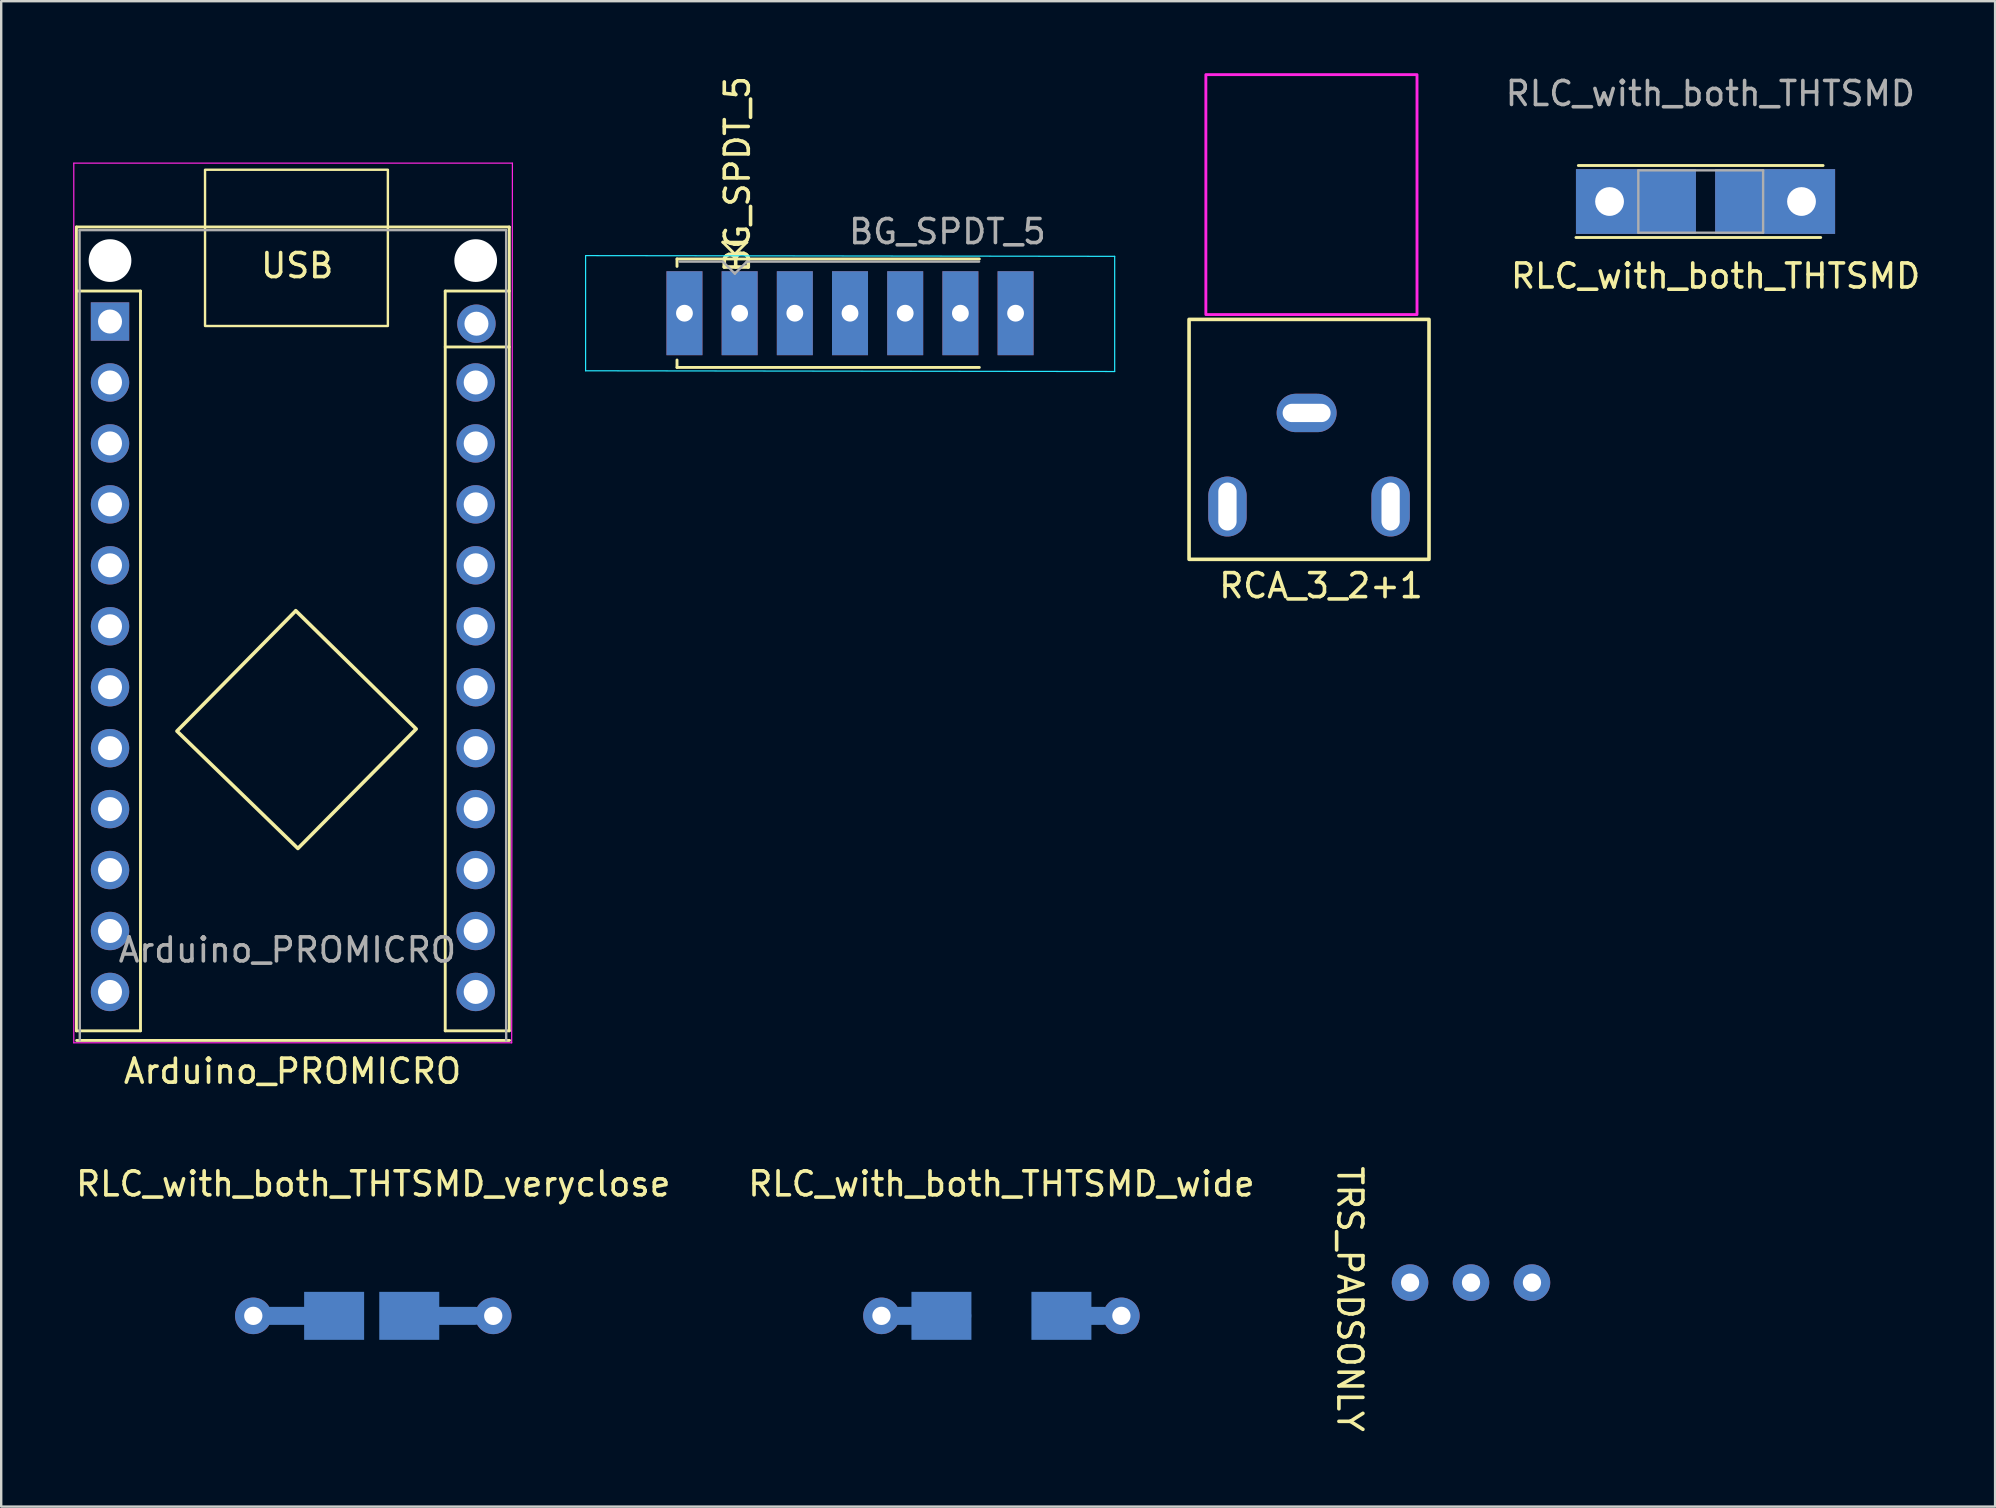
<source format=kicad_pcb>
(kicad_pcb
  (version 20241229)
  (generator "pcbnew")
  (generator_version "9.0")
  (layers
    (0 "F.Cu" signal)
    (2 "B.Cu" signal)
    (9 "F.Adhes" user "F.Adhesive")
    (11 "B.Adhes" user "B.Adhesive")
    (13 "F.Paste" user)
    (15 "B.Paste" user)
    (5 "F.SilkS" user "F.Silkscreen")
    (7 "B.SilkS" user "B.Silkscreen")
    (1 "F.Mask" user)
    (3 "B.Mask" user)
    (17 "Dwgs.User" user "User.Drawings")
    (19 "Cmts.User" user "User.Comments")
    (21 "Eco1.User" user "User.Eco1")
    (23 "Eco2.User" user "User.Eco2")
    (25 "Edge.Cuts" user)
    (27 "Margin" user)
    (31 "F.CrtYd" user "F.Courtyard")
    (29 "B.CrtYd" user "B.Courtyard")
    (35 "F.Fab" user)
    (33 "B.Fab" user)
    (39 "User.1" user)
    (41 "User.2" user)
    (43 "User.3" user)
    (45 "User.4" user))
  (footprint "Arduino_PROMICRO"
    (layer "F.Cu")
    (at 1.555 0.25)
    (property "Reference" "Arduino_PROMICRO" (at 7.585 41.343 0) (layer "F.SilkS") (effects (font (size 1 1) (thickness 0.15))))
    (attr through_hole)
    (fp_line (start -1.42 6.16) (end -1.42 39.66) (stroke (width 0.12) (type solid)) (layer "F.SilkS"))
    (fp_line (start -1.41 40.06) (end 16.63 40.06) (stroke (width 0.12) (type solid)) (layer "F.SilkS"))
    (fp_line (start 1.25 8.83) (end -1.42 8.83) (stroke (width 0.12) (type solid)) (layer "F.SilkS"))
    (fp_line (start 1.25 39.66) (end -1.42 39.66) (stroke (width 0.12) (type solid)) (layer "F.SilkS"))
    (fp_line (start 1.25 39.66) (end 1.25 8.83) (stroke (width 0.12) (type solid)) (layer "F.SilkS"))
    (fp_line (start 13.95 8.83) (end 16.62 8.83) (stroke (width 0.12) (type solid)) (layer "F.SilkS"))
    (fp_line (start 13.95 11.16) (end 16.62 11.16) (stroke (width 0.12) (type solid)) (layer "F.SilkS"))
    (fp_line (start 13.95 39.66) (end 13.95 8.83) (stroke (width 0.12) (type solid)) (layer "F.SilkS"))
    (fp_line (start 13.95 39.66) (end 16.62 39.66) (stroke (width 0.12) (type solid)) (layer "F.SilkS"))
    (fp_line (start 16.62 6.16) (end -1.42 6.16) (stroke (width 0.12) (type solid)) (layer "F.SilkS"))
    (fp_line (start 16.62 39.66) (end 16.62 6.16) (stroke (width 0.12) (type solid)) (layer "F.SilkS"))
    (fp_rect (start 11.56 10.285) (end 3.94 3.775) (stroke (width 0.1) (type default)) (fill no) (layer "F.SilkS"))
    (fp_poly (pts (xy 7.716 22.16) (xy 2.77 27.17) (xy 7.81 32.06) (xy 12.74 27.08) (xy 7.72 22.15)) (stroke (width 0.15) (type solid)) (fill no) (layer "F.SilkS"))
    (fp_line (start -1.53 3.5) (end -1.53 40.16) (stroke (width 0.05) (type solid)) (layer "F.CrtYd"))
    (fp_line (start -1.53 3.5) (end 16.75 3.5) (stroke (width 0.05) (type solid)) (layer "F.CrtYd"))
    (fp_line (start 16.72 40.16) (end -1.53 40.16) (stroke (width 0.05) (type solid)) (layer "F.CrtYd"))
    (fp_line (start 16.72 40.16) (end 16.75 3.5) (stroke (width 0.05) (type solid)) (layer "F.CrtYd"))
    (fp_line (start -1.29 6.29) (end 16.49 6.29) (stroke (width 0.1) (type solid)) (layer "F.Fab"))
    (fp_line (start -1.28 40.05) (end -1.29 6.29) (stroke (width 0.1) (type solid)) (layer "F.Fab"))
    (fp_line (start 16.49 6.29) (end 16.49 40.06) (stroke (width 0.1) (type solid)) (layer "F.Fab"))
    (fp_text user "USB" (at 7.78 7.77 180) (layer "F.SilkS") (effects (font (size 1 1) (thickness 0.15))))
    (fp_text user "${REFERENCE}" (at 7.37 36.29 0) (layer "F.Fab") (effects (font (size 1 1) (thickness 0.15))))
    (pad "" np_thru_hole circle (at -0.02 7.56 180) (size 1.78 1.78) (drill 1.78) (layers "*.Cu" "*.Mask"))
    (pad "" np_thru_hole circle (at 15.22 7.56 180) (size 1.78 1.78) (drill 1.78) (layers "*.Cu" "*.Mask"))
    (pad "1" thru_hole rect (at -0.02 10.1 180) (size 1.6 1.6) (drill 1) (layers "*.Cu" "*.Mask"))
    (pad "2" thru_hole oval (at -0.02 12.64 180) (size 1.6 1.6) (drill 1) (layers "*.Cu" "*.Mask"))
    (pad "3" thru_hole oval (at -0.02 15.18 180) (size 1.6 1.6) (drill 1) (layers "*.Cu" "*.Mask"))
    (pad "4" thru_hole oval (at -0.02 17.72 180) (size 1.6 1.6) (drill 1) (layers "*.Cu" "*.Mask"))
    (pad "5" thru_hole oval (at -0.02 20.26 180) (size 1.6 1.6) (drill 1) (layers "*.Cu" "*.Mask"))
    (pad "6" thru_hole oval (at -0.02 22.8 180) (size 1.6 1.6) (drill 1) (layers "*.Cu" "*.Mask"))
    (pad "7" thru_hole oval (at -0.02 25.34 180) (size 1.6 1.6) (drill 1) (layers "*.Cu" "*.Mask"))
    (pad "8" thru_hole oval (at -0.02 27.88 180) (size 1.6 1.6) (drill 1) (layers "*.Cu" "*.Mask"))
    (pad "9" thru_hole oval (at -0.02 30.42 180) (size 1.6 1.6) (drill 1) (layers "*.Cu" "*.Mask"))
    (pad "10" thru_hole oval (at -0.02 32.96 180) (size 1.6 1.6) (drill 1) (layers "*.Cu" "*.Mask"))
    (pad "11" thru_hole oval (at -0.02 35.5 180) (size 1.6 1.6) (drill 1) (layers "*.Cu" "*.Mask"))
    (pad "12" thru_hole oval (at -0.02 38.04 180) (size 1.6 1.6) (drill 1) (layers "*.Cu" "*.Mask"))
    (pad "13" thru_hole oval (at 15.22 38.04 180) (size 1.6 1.6) (drill 1) (layers "*.Cu" "*.Mask"))
    (pad "14" thru_hole oval (at 15.22 35.5 180) (size 1.6 1.6) (drill 1) (layers "*.Cu" "*.Mask"))
    (pad "15" thru_hole oval (at 15.22 32.96 180) (size 1.6 1.6) (drill 1) (layers "*.Cu" "*.Mask"))
    (pad "16" thru_hole oval (at 15.22 30.42 180) (size 1.6 1.6) (drill 1) (layers "*.Cu" "*.Mask"))
    (pad "17" thru_hole oval (at 15.22 27.88 180) (size 1.6 1.6) (drill 1) (layers "*.Cu" "*.Mask"))
    (pad "18" thru_hole oval (at 15.22 25.34 180) (size 1.6 1.6) (drill 1) (layers "*.Cu" "*.Mask"))
    (pad "19" thru_hole oval (at 15.22 22.8 180) (size 1.6 1.6) (drill 1) (layers "*.Cu" "*.Mask"))
    (pad "20" thru_hole oval (at 15.22 20.26 180) (size 1.6 1.6) (drill 1) (layers "*.Cu" "*.Mask"))
    (pad "21" thru_hole oval (at 15.22 17.72 180) (size 1.6 1.6) (drill 1) (layers "*.Cu" "*.Mask"))
    (pad "22" thru_hole oval (at 15.22 15.18 180) (size 1.6 1.6) (drill 1) (layers "*.Cu" "*.Mask"))
    (pad "23" thru_hole oval (at 15.22 12.64 180) (size 1.6 1.6) (drill 1) (layers "*.Cu" "*.Mask"))
    (pad "24" thru_hole circle (at 15.251 10.191 180) (size 1.6 1.6) (drill 1) (layers "*.Cu" "*.Mask")))
  (footprint "TRS_PADSONLY"
    (layer "F.Cu")
    (at 58.255 47.864)
    (property "Reference" "TRS_PADSONLY" (at -5.05 3.226 270) (unlocked yes) (layer "F.SilkS") (effects (font (size 1 1) (thickness 0.15))))
    (attr through_hole)
    (pad "R" thru_hole circle (at 0 2.54) (size 1.524 1.524) (drill 0.762) (layers "*.Cu" "*.Mask"))
    (pad "S" thru_hole circle (at 2.54 2.54) (size 1.524 1.524) (drill 0.762) (layers "*.Cu" "*.Mask"))
    (pad "T" thru_hole circle (at -2.54 2.54) (size 1.524 1.524) (drill 0.762) (layers "*.Cu" "*.Mask")))
  (footprint "RLC_with_both_THTSMD"
    (layer "F.Cu")
    (at 68.229 1.348)
    (property "Reference" "RLC_with_both_THTSMD" (at 0.22 7.105 180) (layer "F.SilkS") (effects (font (size 1 1) (thickness 0.15))))
    (property "Value" "${VALUE}" (at -0.02 8.61 180) (layer "F.SilkS") (hide yes) (effects (font (size 1 1) (thickness 0.15))))
    (attr through_hole)
    (fp_line (start -5.6 5.5) (end 4.6 5.5) (stroke (width 0.12) (type solid)) (layer "F.SilkS"))
    (fp_line (start 4.7 2.5) (end -5.5 2.5) (stroke (width 0.12) (type solid)) (layer "F.SilkS"))
    (fp_line (start -3 2.7) (end -3 5.3) (stroke (width 0.1) (type solid)) (layer "F.Fab"))
    (fp_line (start -3 5.3) (end 2.2 5.3) (stroke (width 0.1) (type solid)) (layer "F.Fab"))
    (fp_line (start 2.2 2.7) (end -3 2.7) (stroke (width 0.1) (type solid)) (layer "F.Fab"))
    (fp_line (start 2.2 5.3) (end 2.2 2.7) (stroke (width 0.1) (type solid)) (layer "F.Fab"))
    (fp_text user "${REFERENCE}" (at 0 -0.5 0) (layer "F.Fab") (effects (font (size 1 1) (thickness 0.15))))
    (pad "1" thru_hole rect (at -4.2 4) (size 5 2.7) (drill 1.199 (offset 1.1 0)) (layers "*.Cu" "*.Mask"))
    (pad "2" thru_hole rect (at 3.8 4 180) (size 5 2.7) (drill 1.199 (offset 1.1 0)) (layers "*.Cu" "*.Mask")))
  (footprint "RLC_with_both_THTSMD_wide"
    (layer "F.Cu")
    (at 38.685 46.789)
    (property "Reference" "RLC_with_both_THTSMD_wide" (at 0 -0.5 0) (unlocked yes) (layer "F.SilkS") (effects (font (size 1 1) (thickness 0.15))))
    (attr through_hole)
    (fp_line (start -4.369 5) (end -1.631 5) (stroke (width 0.75) (type solid)) (layer "B.Cu"))
    (fp_line (start 2 5) (end 4.238 5) (stroke (width 0.75) (type solid)) (layer "B.Cu"))
    (pad "1" thru_hole circle (at -5 5) (size 1.524 1.524) (drill 0.762) (layers "*.Cu" "*.Mask"))
    (pad "1" smd rect (at -2.5 5) (size 2.5 2) (layers "F.Mask" "B.Cu" "F.Paste"))
    (pad "2" smd rect (at 2.5 5) (size 2.5 2) (layers "F.Mask" "B.Cu" "F.Paste"))
    (pad "2" thru_hole circle (at 5 5) (size 1.524 1.524) (drill 0.762) (layers "*.Cu" "*.Mask")))
  (footprint "RCA_3_2+1"
    (layer "F.Cu")
    (at 50.105 9.96)
    (property "Reference" "RCA_3_2+1" (at 1.9 11.4 0) (unlocked yes) (layer "F.SilkS") (effects (font (size 1 1) (thickness 0.15))))
    (attr through_hole)
    (fp_rect (start -3.6 0.3) (end 6.4 10.3) (stroke (width 0.15) (type solid)) (fill no) (layer "F.SilkS"))
    (fp_rect (start -2.9 0.1) (end 5.9 -9.9) (stroke (width 0.12) (type solid)) (fill no) (layer "F.CrtYd"))
    (pad "1" thru_hole oval (at 4.8 8.1) (size 1.6 2.5) (drill oval 0.762 2) (layers "*.Cu" "*.Mask"))
    (pad "2" thru_hole oval (at 1.3 4.2 90) (size 1.6 2.5) (drill oval 0.762 2) (layers "*.Cu" "*.Mask"))
    (pad "3" thru_hole oval (at -2 8.1) (size 1.6 2.5) (drill oval 0.762 2) (layers "*.Cu" "*.Mask")))
  (footprint "BG_SPDT_5"
    (layer "F.Cu")
    (at 29.805 4.033)
    (property "Reference" "BG_SPDT_5" (at -2.125 0.188 90) (unlocked yes) (layer "F.SilkS") (effects (font (size 1 1) (thickness 0.15))))
    (property "Value" "${VALUE}" (at 6.31 0.69 0) (unlocked yes) (layer "F.Fab") (hide yes) (effects (font (size 1 1) (thickness 0.15))))
    (attr through_hole)
    (fp_line (start -4.64 3.71) (end 7.96 3.71) (stroke (width 0.12) (type solid)) (layer "F.SilkS"))
    (fp_line (start -4.64 4.02) (end -4.64 3.71) (stroke (width 0.12) (type solid)) (layer "F.SilkS"))
    (fp_line (start -4.64 8.23) (end -4.64 7.92) (stroke (width 0.12) (type solid)) (layer "F.SilkS"))
    (fp_line (start -2.73 3.01) (end -2.23 3.51) (stroke (width 0.12) (type solid)) (layer "F.SilkS"))
    (fp_line (start -2.23 3.51) (end -1.73 3.01) (stroke (width 0.12) (type solid)) (layer "F.SilkS"))
    (fp_line (start -1.73 3.01) (end -2.73 3.01) (stroke (width 0.12) (type solid)) (layer "F.SilkS"))
    (fp_line (start 7.96 8.23) (end -4.64 8.23) (stroke (width 0.12) (type solid)) (layer "F.SilkS"))
    (fp_line (start -8.45 3.57) (end 13.6 3.6) (stroke (width 0.05) (type solid)) (layer "B.CrtYd"))
    (fp_line (start -8.45 8.37) (end -8.45 3.57) (stroke (width 0.05) (type solid)) (layer "B.CrtYd"))
    (fp_line (start 13.6 3.6) (end 13.6 8.4) (stroke (width 0.05) (type solid)) (layer "B.CrtYd"))
    (fp_line (start 13.6 8.4) (end -8.45 8.37) (stroke (width 0.05) (type solid)) (layer "B.CrtYd"))
    (fp_line (start -4.53 3.82) (end -2.73 3.82) (stroke (width 0.1) (type solid)) (layer "F.Fab"))
    (fp_line (start -2.73 3.82) (end -2.23 4.32) (stroke (width 0.1) (type solid)) (layer "F.Fab"))
    (fp_line (start -2.23 4.32) (end -1.73 3.82) (stroke (width 0.1) (type solid)) (layer "F.Fab"))
    (fp_line (start -1.73 3.82) (end 7.95 3.82) (stroke (width 0.1) (type solid)) (layer "F.Fab"))
    (fp_text user "${REFERENCE}" (at 6.63 2.57 180) (layer "F.Fab") (effects (font (size 1 1) (thickness 0.15))))
    (pad "1" thru_hole rect (at -4.33 5.97) (size 1.5 3.5) (drill 0.7) (layers "*.Cu" "*.Mask"))
    (pad "2" thru_hole rect (at -2.03 5.97) (size 1.5 3.5) (drill 0.7) (layers "*.Cu" "*.Mask"))
    (pad "3" thru_hole rect (at 0.27 5.97) (size 1.5 3.5) (drill 0.7) (layers "*.Cu" "*.Mask"))
    (pad "4" thru_hole rect (at 2.57 5.97) (size 1.5 3.5) (drill 0.7) (layers "*.Cu" "*.Mask"))
    (pad "5" thru_hole rect (at 4.87 5.97) (size 1.5 3.5) (drill 0.7) (layers "*.Cu" "*.Mask"))
    (pad "6" thru_hole rect (at 7.17 5.97) (size 1.5 3.5) (drill 0.7) (layers "*.Cu" "*.Mask"))
    (pad "7" thru_hole rect (at 9.47 5.97) (size 1.5 3.5) (drill 0.7) (layers "*.Cu" "*.Mask")))
  (footprint "RLC_with_both_THTSMD_veryclose"
    (layer "F.Cu")
    (at 12.506 46.789)
    (property "Reference" "RLC_with_both_THTSMD_veryclose" (at 0 -0.5 0) (unlocked yes) (layer "F.SilkS") (effects (font (size 1 1) (thickness 0.15))))
    (attr through_hole)
    (fp_line (start -4.369 5) (end -1.631 5) (stroke (width 0.75) (type solid)) (layer "B.Cu"))
    (fp_line (start 1.5 5) (end 4.238 5) (stroke (width 0.75) (type solid)) (layer "B.Cu"))
    (pad "1" thru_hole circle (at -5 5) (size 1.524 1.524) (drill 0.762) (layers "*.Cu" "*.Mask"))
    (pad "1" smd rect (at -1.631 5) (size 2.5 2) (layers "F.Mask" "B.Cu" "F.Paste"))
    (pad "2" smd rect (at 1.5 5) (size 2.5 2) (layers "F.Mask" "B.Cu" "F.Paste"))
    (pad "2" thru_hole circle (at 5 5) (size 1.524 1.524) (drill 0.762) (layers "*.Cu" "*.Mask")))
  (gr_rect
    (start -3 -3)
    (end 80.098 59.738)
    (stroke (width 0.1) (type default))
    (fill no)
    (layer "Edge.Cuts")))
</source>
